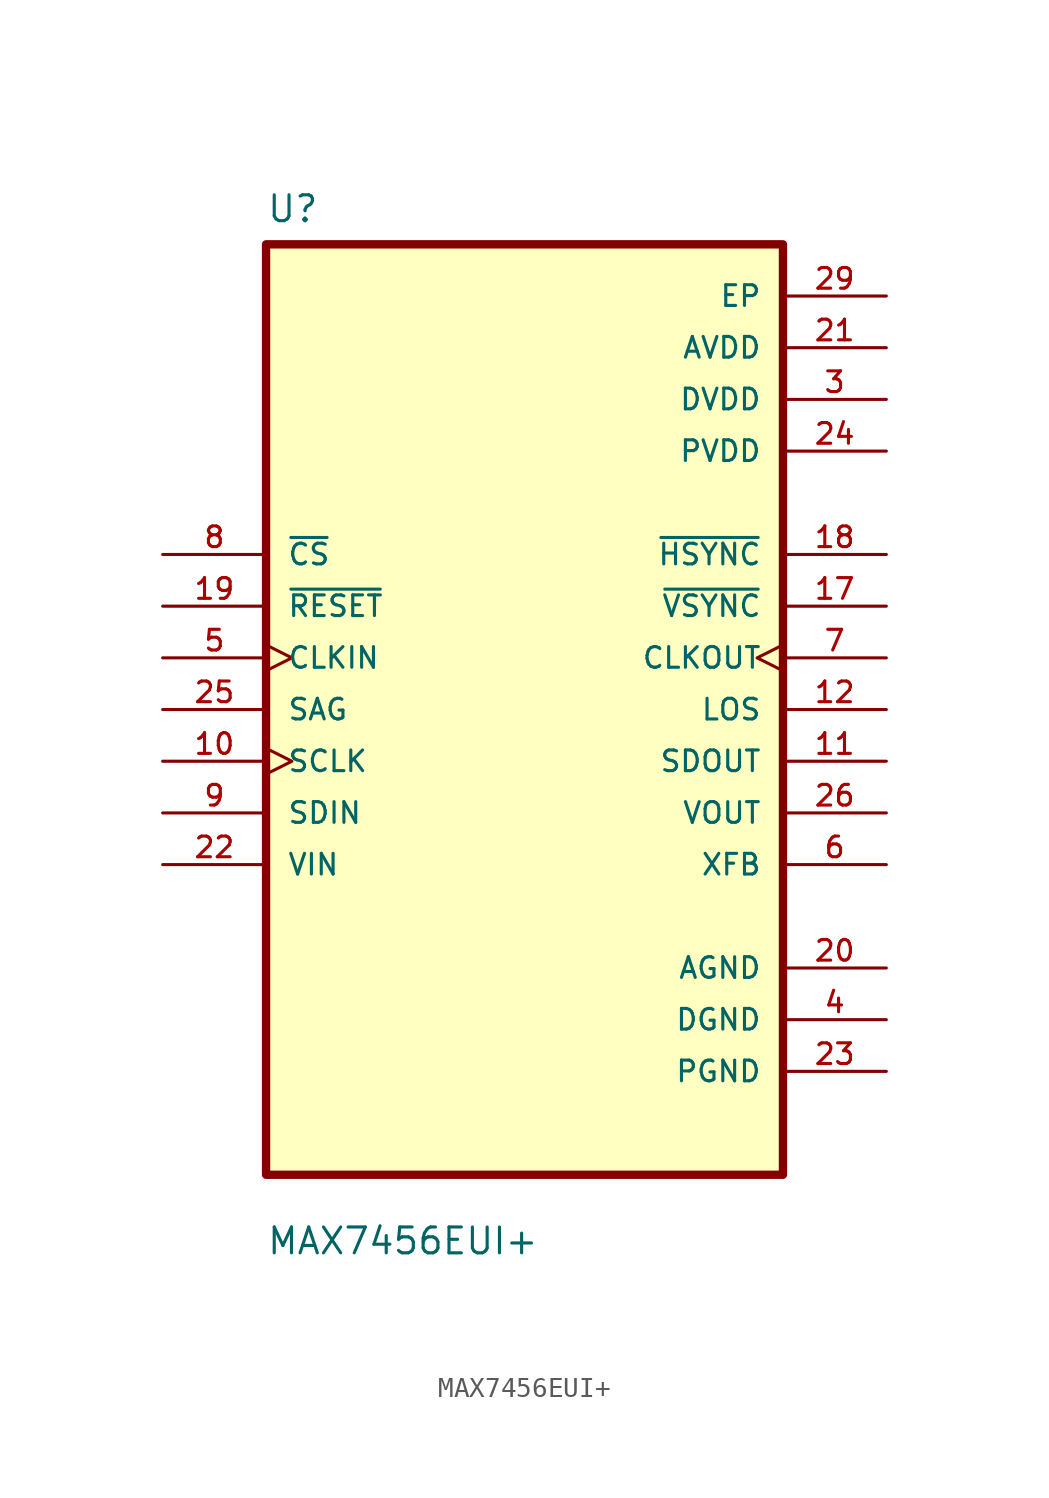
<source format=kicad_sym>
(kicad_symbol_lib
  (version 20211014)
  (generator kicad_symbol_editor)
  (symbol "MAX7456EUI+"
    (pin_names
      (offset 1.016))
    (property "Reference" "U"
      (at -12.7 23.86 0)
      (effects (font (size 1.27 1.27)) (justify left bottom)))
    (property "Value" "MAX7456EUI+"
      (at -12.7 -26.86 0)
      (effects (font (size 1.27 1.27)) (justify left bottom)))
    (symbol "MAX7456EUI+_0_0"
      (rectangle (start -12.7 -22.86) (end 12.7 22.86) (stroke (width 0.41) (type default) (color 0 0 0 0)) (fill (type background)))
      (pin input clock (at -17.78 -2.54 0) (length 5.08) (name "SCLK" (effects (font (size 1.016 1.016)))) (number "10" (effects (font (size 1.016 1.016)))))
      (pin output line (at 17.78 -2.54 180) (length 5.08) (name "SDOUT" (effects (font (size 1.016 1.016)))) (number "11" (effects (font (size 1.016 1.016)))))
      (pin output line (at 17.78 0 180) (length 5.08) (name "LOS" (effects (font (size 1.016 1.016)))) (number "12" (effects (font (size 1.016 1.016)))))
      (pin output line (at 17.78 5.08 180) (length 5.08) (name "~{VSYNC}" (effects (font (size 1.016 1.016)))) (number "17" (effects (font (size 1.016 1.016)))))
      (pin output line (at 17.78 7.62 180) (length 5.08) (name "~{HSYNC}" (effects (font (size 1.016 1.016)))) (number "18" (effects (font (size 1.016 1.016)))))
      (pin input line (at -17.78 5.08 0) (length 5.08) (name "~{RESET}" (effects (font (size 1.016 1.016)))) (number "19" (effects (font (size 1.016 1.016)))))
      (pin power_in line (at 17.78 -12.7 180) (length 5.08) (name "AGND" (effects (font (size 1.016 1.016)))) (number "20" (effects (font (size 1.016 1.016)))))
      (pin power_in line (at 17.78 17.78 180) (length 5.08) (name "AVDD" (effects (font (size 1.016 1.016)))) (number "21" (effects (font (size 1.016 1.016)))))
      (pin input line (at -17.78 -7.62 0) (length 5.08) (name "VIN" (effects (font (size 1.016 1.016)))) (number "22" (effects (font (size 1.016 1.016)))))
      (pin power_in line (at 17.78 -17.78 180) (length 5.08) (name "PGND" (effects (font (size 1.016 1.016)))) (number "23" (effects (font (size 1.016 1.016)))))
      (pin power_in line (at 17.78 12.7 180) (length 5.08) (name "PVDD" (effects (font (size 1.016 1.016)))) (number "24" (effects (font (size 1.016 1.016)))))
      (pin input line (at -17.78 0 0) (length 5.08) (name "SAG" (effects (font (size 1.016 1.016)))) (number "25" (effects (font (size 1.016 1.016)))))
      (pin output line (at 17.78 -5.08 180) (length 5.08) (name "VOUT" (effects (font (size 1.016 1.016)))) (number "26" (effects (font (size 1.016 1.016)))))
      (pin power_in line (at 17.78 20.32 180) (length 5.08) (name "EP" (effects (font (size 1.016 1.016)))) (number "29" (effects (font (size 1.016 1.016)))))
      (pin power_in line (at 17.78 15.24 180) (length 5.08) (name "DVDD" (effects (font (size 1.016 1.016)))) (number "3" (effects (font (size 1.016 1.016)))))
      (pin power_in line (at 17.78 -15.24 180) (length 5.08) (name "DGND" (effects (font (size 1.016 1.016)))) (number "4" (effects (font (size 1.016 1.016)))))
      (pin input clock (at -17.78 2.54 0) (length 5.08) (name "CLKIN" (effects (font (size 1.016 1.016)))) (number "5" (effects (font (size 1.016 1.016)))))
      (pin output line (at 17.78 -7.62 180) (length 5.08) (name "XFB" (effects (font (size 1.016 1.016)))) (number "6" (effects (font (size 1.016 1.016)))))
      (pin output clock (at 17.78 2.54 180) (length 5.08) (name "CLKOUT" (effects (font (size 1.016 1.016)))) (number "7" (effects (font (size 1.016 1.016)))))
      (pin input line (at -17.78 7.62 0) (length 5.08) (name "~{CS}" (effects (font (size 1.016 1.016)))) (number "8" (effects (font (size 1.016 1.016)))))
      (pin input line (at -17.78 -5.08 0) (length 5.08) (name "SDIN" (effects (font (size 1.016 1.016)))) (number "9" (effects (font (size 1.016 1.016))))))))
</source>
